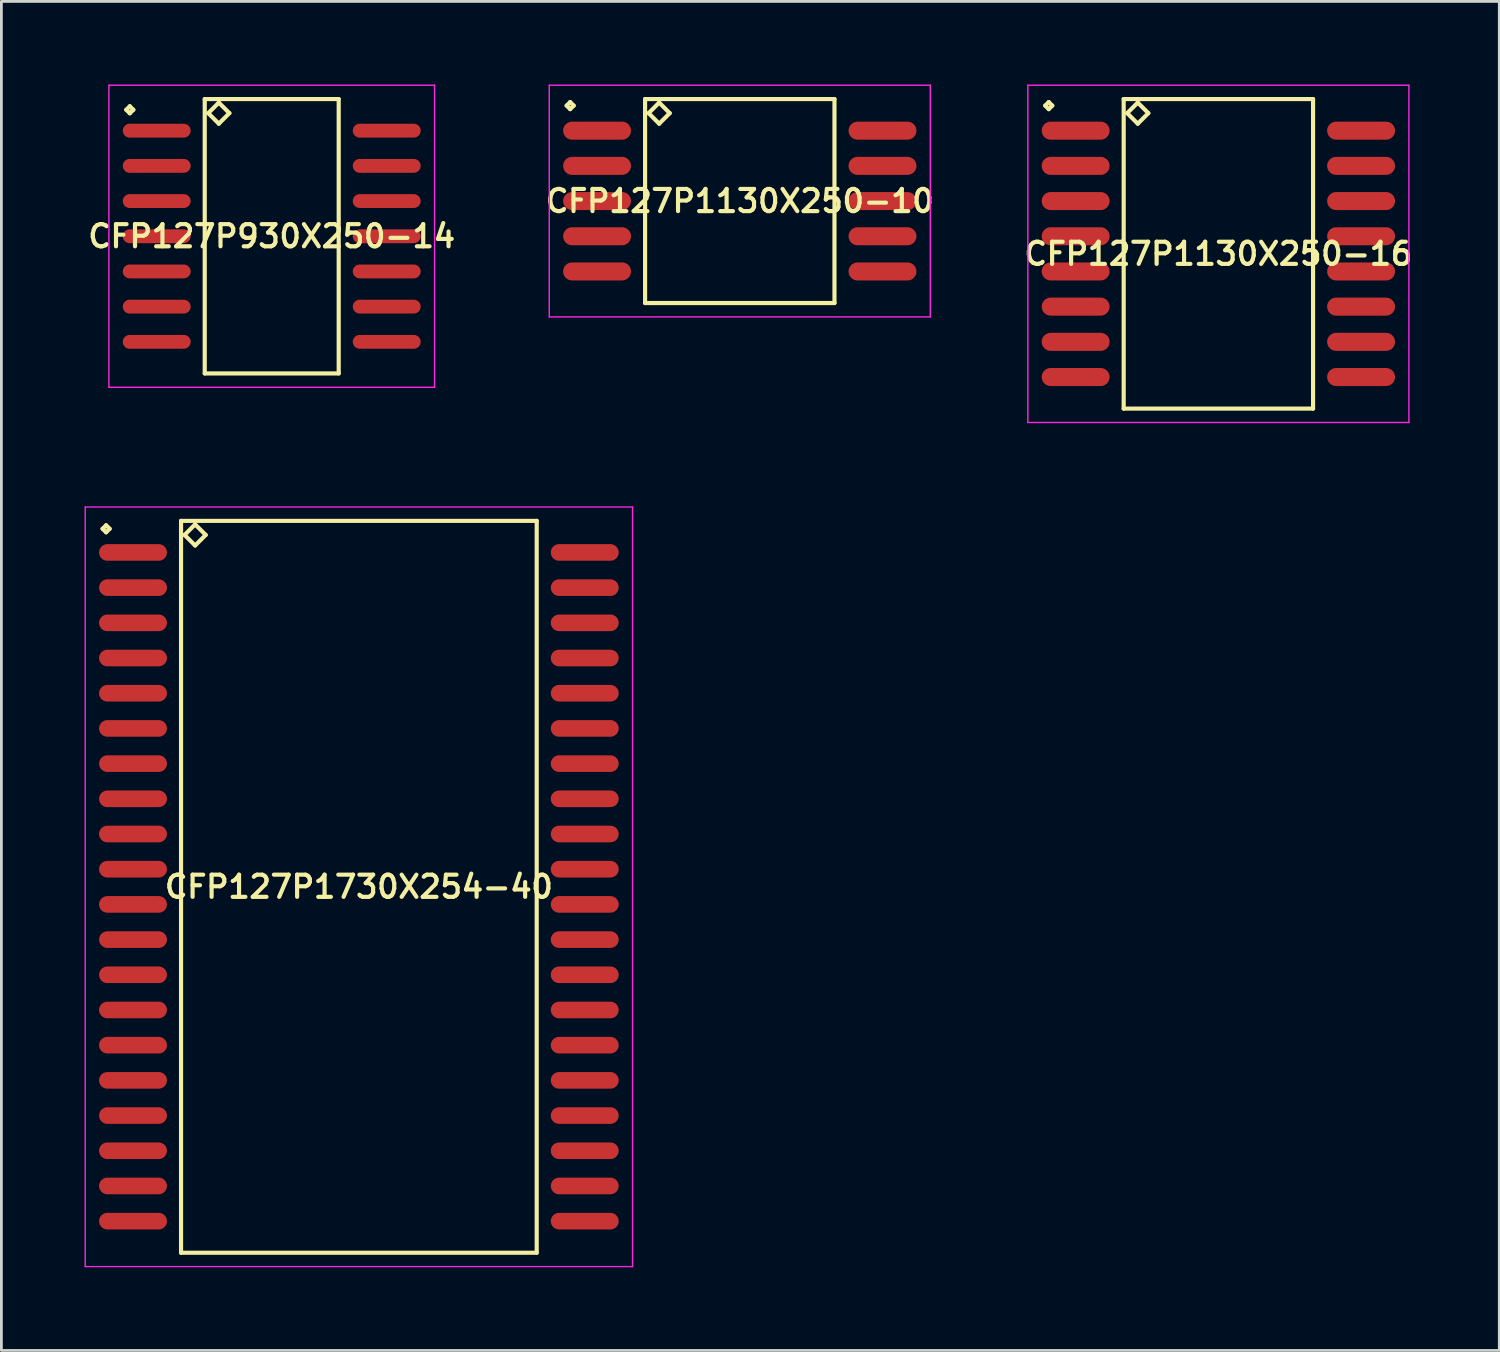
<source format=kicad_pcb>
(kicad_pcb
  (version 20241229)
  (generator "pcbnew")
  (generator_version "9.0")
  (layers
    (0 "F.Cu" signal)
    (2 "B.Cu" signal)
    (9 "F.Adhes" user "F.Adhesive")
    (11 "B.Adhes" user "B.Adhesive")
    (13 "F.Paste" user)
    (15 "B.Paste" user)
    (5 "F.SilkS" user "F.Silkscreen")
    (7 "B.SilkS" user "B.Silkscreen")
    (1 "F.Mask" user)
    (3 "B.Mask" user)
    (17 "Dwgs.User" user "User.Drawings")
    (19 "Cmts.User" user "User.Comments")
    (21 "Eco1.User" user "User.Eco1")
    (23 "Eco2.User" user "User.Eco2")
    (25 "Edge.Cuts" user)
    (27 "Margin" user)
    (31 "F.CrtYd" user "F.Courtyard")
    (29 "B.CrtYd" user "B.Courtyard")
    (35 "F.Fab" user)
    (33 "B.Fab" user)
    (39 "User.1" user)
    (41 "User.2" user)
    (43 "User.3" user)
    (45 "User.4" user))
  (footprint "CFP127P930X250-14"
    (layer "F.Cu")
    (at 6.755 5.475)
    (property "Reference" "CFP127P930X250-14" (at 0 0 0) (layer "F.SilkS") (effects (font (size 0.8 0.8) (thickness 0.15))))
    (attr smd)
    (fp_line (start -5.248 -4.564) (end -5.121 -4.691) (stroke (width 0.15) (type solid)) (layer "F.SilkS"))
    (fp_line (start -5.121 -4.691) (end -4.994 -4.564) (stroke (width 0.15) (type solid)) (layer "F.SilkS"))
    (fp_line (start -5.121 -4.437) (end -5.248 -4.564) (stroke (width 0.15) (type solid)) (layer "F.SilkS"))
    (fp_line (start -4.994 -4.564) (end -5.121 -4.437) (stroke (width 0.15) (type solid)) (layer "F.SilkS"))
    (fp_line (start -2.417 -4.95) (end -2.417 4.95) (stroke (width 0.15) (type solid)) (layer "F.SilkS"))
    (fp_line (start -2.417 4.95) (end 2.417 4.95) (stroke (width 0.15) (type solid)) (layer "F.SilkS"))
    (fp_line (start -2.29 -4.442) (end -1.909 -4.823) (stroke (width 0.15) (type solid)) (layer "F.SilkS"))
    (fp_line (start -1.909 -4.823) (end -1.528 -4.442) (stroke (width 0.15) (type solid)) (layer "F.SilkS"))
    (fp_line (start -1.909 -4.061) (end -2.29 -4.442) (stroke (width 0.15) (type solid)) (layer "F.SilkS"))
    (fp_line (start -1.528 -4.442) (end -1.909 -4.061) (stroke (width 0.15) (type solid)) (layer "F.SilkS"))
    (fp_line (start 2.417 -4.95) (end -2.417 -4.95) (stroke (width 0.15) (type solid)) (layer "F.SilkS"))
    (fp_line (start 2.417 4.95) (end 2.417 -4.95) (stroke (width 0.15) (type solid)) (layer "F.SilkS"))
    (fp_line (start -5.875 -5.45) (end 5.875 -5.45) (stroke (width 0.05) (type solid)) (layer "F.CrtYd"))
    (fp_line (start -5.875 5.45) (end -5.875 -5.45) (stroke (width 0.05) (type solid)) (layer "F.CrtYd"))
    (fp_line (start 5.875 -5.45) (end 5.875 5.45) (stroke (width 0.05) (type solid)) (layer "F.CrtYd"))
    (fp_line (start 5.875 5.45) (end -5.875 5.45) (stroke (width 0.05) (type solid)) (layer "F.CrtYd"))
    (pad "1" smd oval (at -4.15 -3.81) (size 2.45 0.5) (layers "F.Cu" "F.Mask" "F.Paste"))
    (pad "2" smd oval (at -4.15 -2.54) (size 2.45 0.5) (layers "F.Cu" "F.Mask" "F.Paste"))
    (pad "3" smd oval (at -4.15 -1.27) (size 2.45 0.5) (layers "F.Cu" "F.Mask" "F.Paste"))
    (pad "4" smd oval (at -4.15 0) (size 2.45 0.5) (layers "F.Cu" "F.Mask" "F.Paste"))
    (pad "5" smd oval (at -4.15 1.27) (size 2.45 0.5) (layers "F.Cu" "F.Mask" "F.Paste"))
    (pad "6" smd oval (at -4.15 2.54) (size 2.45 0.5) (layers "F.Cu" "F.Mask" "F.Paste"))
    (pad "7" smd oval (at -4.15 3.81) (size 2.45 0.5) (layers "F.Cu" "F.Mask" "F.Paste"))
    (pad "8" smd oval (at 4.15 3.81) (size 2.45 0.5) (layers "F.Cu" "F.Mask" "F.Paste"))
    (pad "9" smd oval (at 4.15 2.54) (size 2.45 0.5) (layers "F.Cu" "F.Mask" "F.Paste"))
    (pad "10" smd oval (at 4.15 1.27) (size 2.45 0.5) (layers "F.Cu" "F.Mask" "F.Paste"))
    (pad "11" smd oval (at 4.15 0) (size 2.45 0.5) (layers "F.Cu" "F.Mask" "F.Paste"))
    (pad "12" smd oval (at 4.15 -1.27) (size 2.45 0.5) (layers "F.Cu" "F.Mask" "F.Paste"))
    (pad "13" smd oval (at 4.15 -2.54) (size 2.45 0.5) (layers "F.Cu" "F.Mask" "F.Paste"))
    (pad "14" smd oval (at 4.15 -3.81) (size 2.45 0.5) (layers "F.Cu" "F.Mask" "F.Paste")))
  (footprint "CFP127P1130X250-16"
    (layer "F.Cu")
    (at 40.915 6.11)
    (property "Reference" "CFP127P1130X250-16" (at 0 0 0) (layer "F.SilkS") (effects (font (size 0.8 0.8) (thickness 0.15))))
    (attr smd)
    (fp_line (start -6.248 -5.349) (end -6.121 -5.476) (stroke (width 0.15) (type solid)) (layer "F.SilkS"))
    (fp_line (start -6.121 -5.476) (end -5.994 -5.349) (stroke (width 0.15) (type solid)) (layer "F.SilkS"))
    (fp_line (start -6.121 -5.222) (end -6.248 -5.349) (stroke (width 0.15) (type solid)) (layer "F.SilkS"))
    (fp_line (start -5.994 -5.349) (end -6.121 -5.222) (stroke (width 0.15) (type solid)) (layer "F.SilkS"))
    (fp_line (start -3.417 -5.585) (end -3.417 5.585) (stroke (width 0.15) (type solid)) (layer "F.SilkS"))
    (fp_line (start -3.417 5.585) (end 3.417 5.585) (stroke (width 0.15) (type solid)) (layer "F.SilkS"))
    (fp_line (start -3.29 -5.077) (end -2.909 -5.458) (stroke (width 0.15) (type solid)) (layer "F.SilkS"))
    (fp_line (start -2.909 -5.458) (end -2.528 -5.077) (stroke (width 0.15) (type solid)) (layer "F.SilkS"))
    (fp_line (start -2.909 -4.696) (end -3.29 -5.077) (stroke (width 0.15) (type solid)) (layer "F.SilkS"))
    (fp_line (start -2.528 -5.077) (end -2.909 -4.696) (stroke (width 0.15) (type solid)) (layer "F.SilkS"))
    (fp_line (start 3.417 -5.585) (end -3.417 -5.585) (stroke (width 0.15) (type solid)) (layer "F.SilkS"))
    (fp_line (start 3.417 5.585) (end 3.417 -5.585) (stroke (width 0.15) (type solid)) (layer "F.SilkS"))
    (fp_line (start -6.875 -6.085) (end 6.875 -6.085) (stroke (width 0.05) (type solid)) (layer "F.CrtYd"))
    (fp_line (start -6.875 6.085) (end -6.875 -6.085) (stroke (width 0.05) (type solid)) (layer "F.CrtYd"))
    (fp_line (start 6.875 -6.085) (end 6.875 6.085) (stroke (width 0.05) (type solid)) (layer "F.CrtYd"))
    (fp_line (start 6.875 6.085) (end -6.875 6.085) (stroke (width 0.05) (type solid)) (layer "F.CrtYd"))
    (pad "1" smd oval (at -5.15 -4.445) (size 2.45 0.65) (layers "F.Cu" "F.Mask" "F.Paste"))
    (pad "2" smd oval (at -5.15 -3.175) (size 2.45 0.65) (layers "F.Cu" "F.Mask" "F.Paste"))
    (pad "3" smd oval (at -5.15 -1.905) (size 2.45 0.65) (layers "F.Cu" "F.Mask" "F.Paste"))
    (pad "4" smd oval (at -5.15 -0.635) (size 2.45 0.65) (layers "F.Cu" "F.Mask" "F.Paste"))
    (pad "5" smd oval (at -5.15 0.635) (size 2.45 0.65) (layers "F.Cu" "F.Mask" "F.Paste"))
    (pad "6" smd oval (at -5.15 1.905) (size 2.45 0.65) (layers "F.Cu" "F.Mask" "F.Paste"))
    (pad "7" smd oval (at -5.15 3.175) (size 2.45 0.65) (layers "F.Cu" "F.Mask" "F.Paste"))
    (pad "8" smd oval (at -5.15 4.445) (size 2.45 0.65) (layers "F.Cu" "F.Mask" "F.Paste"))
    (pad "9" smd oval (at 5.15 4.445) (size 2.45 0.65) (layers "F.Cu" "F.Mask" "F.Paste"))
    (pad "10" smd oval (at 5.15 3.175) (size 2.45 0.65) (layers "F.Cu" "F.Mask" "F.Paste"))
    (pad "11" smd oval (at 5.15 1.905) (size 2.45 0.65) (layers "F.Cu" "F.Mask" "F.Paste"))
    (pad "12" smd oval (at 5.15 0.635) (size 2.45 0.65) (layers "F.Cu" "F.Mask" "F.Paste"))
    (pad "13" smd oval (at 5.15 -0.635) (size 2.45 0.65) (layers "F.Cu" "F.Mask" "F.Paste"))
    (pad "14" smd oval (at 5.15 -1.905) (size 2.45 0.65) (layers "F.Cu" "F.Mask" "F.Paste"))
    (pad "15" smd oval (at 5.15 -3.175) (size 2.45 0.65) (layers "F.Cu" "F.Mask" "F.Paste"))
    (pad "16" smd oval (at 5.15 -4.445) (size 2.45 0.65) (layers "F.Cu" "F.Mask" "F.Paste")))
  (footprint "CFP127P1730X254-40"
    (layer "F.Cu")
    (at 9.9 28.95)
    (property "Reference" "CFP127P1730X254-40" (at 0 0 0) (layer "F.SilkS") (effects (font (size 0.8 0.8) (thickness 0.15))))
    (attr smd)
    (fp_line (start -9.248 -12.919) (end -9.121 -13.046) (stroke (width 0.15) (type solid)) (layer "F.SilkS"))
    (fp_line (start -9.121 -13.046) (end -8.994 -12.919) (stroke (width 0.15) (type solid)) (layer "F.SilkS"))
    (fp_line (start -9.121 -12.792) (end -9.248 -12.919) (stroke (width 0.15) (type solid)) (layer "F.SilkS"))
    (fp_line (start -8.994 -12.919) (end -9.121 -12.792) (stroke (width 0.15) (type solid)) (layer "F.SilkS"))
    (fp_line (start -6.417 -13.205) (end -6.417 13.205) (stroke (width 0.15) (type solid)) (layer "F.SilkS"))
    (fp_line (start -6.417 13.205) (end 6.417 13.205) (stroke (width 0.15) (type solid)) (layer "F.SilkS"))
    (fp_line (start -6.29 -12.697) (end -5.909 -13.078) (stroke (width 0.15) (type solid)) (layer "F.SilkS"))
    (fp_line (start -5.909 -13.078) (end -5.528 -12.697) (stroke (width 0.15) (type solid)) (layer "F.SilkS"))
    (fp_line (start -5.909 -12.316) (end -6.29 -12.697) (stroke (width 0.15) (type solid)) (layer "F.SilkS"))
    (fp_line (start -5.528 -12.697) (end -5.909 -12.316) (stroke (width 0.15) (type solid)) (layer "F.SilkS"))
    (fp_line (start 6.417 -13.205) (end -6.417 -13.205) (stroke (width 0.15) (type solid)) (layer "F.SilkS"))
    (fp_line (start 6.417 13.205) (end 6.417 -13.205) (stroke (width 0.15) (type solid)) (layer "F.SilkS"))
    (fp_line (start -9.875 -13.705) (end 9.875 -13.705) (stroke (width 0.05) (type solid)) (layer "F.CrtYd"))
    (fp_line (start -9.875 13.705) (end -9.875 -13.705) (stroke (width 0.05) (type solid)) (layer "F.CrtYd"))
    (fp_line (start 9.875 -13.705) (end 9.875 13.705) (stroke (width 0.05) (type solid)) (layer "F.CrtYd"))
    (fp_line (start 9.875 13.705) (end -9.875 13.705) (stroke (width 0.05) (type solid)) (layer "F.CrtYd"))
    (pad "1" smd oval (at -8.15 -12.065) (size 2.45 0.6) (layers "F.Cu" "F.Mask" "F.Paste"))
    (pad "2" smd oval (at -8.15 -10.795) (size 2.45 0.6) (layers "F.Cu" "F.Mask" "F.Paste"))
    (pad "3" smd oval (at -8.15 -9.525) (size 2.45 0.6) (layers "F.Cu" "F.Mask" "F.Paste"))
    (pad "4" smd oval (at -8.15 -8.255) (size 2.45 0.6) (layers "F.Cu" "F.Mask" "F.Paste"))
    (pad "5" smd oval (at -8.15 -6.985) (size 2.45 0.6) (layers "F.Cu" "F.Mask" "F.Paste"))
    (pad "6" smd oval (at -8.15 -5.715) (size 2.45 0.6) (layers "F.Cu" "F.Mask" "F.Paste"))
    (pad "7" smd oval (at -8.15 -4.445) (size 2.45 0.6) (layers "F.Cu" "F.Mask" "F.Paste"))
    (pad "8" smd oval (at -8.15 -3.175) (size 2.45 0.6) (layers "F.Cu" "F.Mask" "F.Paste"))
    (pad "9" smd oval (at -8.15 -1.905) (size 2.45 0.6) (layers "F.Cu" "F.Mask" "F.Paste"))
    (pad "10" smd oval (at -8.15 -0.635) (size 2.45 0.6) (layers "F.Cu" "F.Mask" "F.Paste"))
    (pad "11" smd oval (at -8.15 0.635) (size 2.45 0.6) (layers "F.Cu" "F.Mask" "F.Paste"))
    (pad "12" smd oval (at -8.15 1.905) (size 2.45 0.6) (layers "F.Cu" "F.Mask" "F.Paste"))
    (pad "13" smd oval (at -8.15 3.175) (size 2.45 0.6) (layers "F.Cu" "F.Mask" "F.Paste"))
    (pad "14" smd oval (at -8.15 4.445) (size 2.45 0.6) (layers "F.Cu" "F.Mask" "F.Paste"))
    (pad "15" smd oval (at -8.15 5.715) (size 2.45 0.6) (layers "F.Cu" "F.Mask" "F.Paste"))
    (pad "16" smd oval (at -8.15 6.985) (size 2.45 0.6) (layers "F.Cu" "F.Mask" "F.Paste"))
    (pad "17" smd oval (at -8.15 8.255) (size 2.45 0.6) (layers "F.Cu" "F.Mask" "F.Paste"))
    (pad "18" smd oval (at -8.15 9.525) (size 2.45 0.6) (layers "F.Cu" "F.Mask" "F.Paste"))
    (pad "19" smd oval (at -8.15 10.795) (size 2.45 0.6) (layers "F.Cu" "F.Mask" "F.Paste"))
    (pad "20" smd oval (at -8.15 12.065) (size 2.45 0.6) (layers "F.Cu" "F.Mask" "F.Paste"))
    (pad "21" smd oval (at 8.15 12.065) (size 2.45 0.6) (layers "F.Cu" "F.Mask" "F.Paste"))
    (pad "22" smd oval (at 8.15 10.795) (size 2.45 0.6) (layers "F.Cu" "F.Mask" "F.Paste"))
    (pad "23" smd oval (at 8.15 9.525) (size 2.45 0.6) (layers "F.Cu" "F.Mask" "F.Paste"))
    (pad "24" smd oval (at 8.15 8.255) (size 2.45 0.6) (layers "F.Cu" "F.Mask" "F.Paste"))
    (pad "25" smd oval (at 8.15 6.985) (size 2.45 0.6) (layers "F.Cu" "F.Mask" "F.Paste"))
    (pad "26" smd oval (at 8.15 5.715) (size 2.45 0.6) (layers "F.Cu" "F.Mask" "F.Paste"))
    (pad "27" smd oval (at 8.15 4.445) (size 2.45 0.6) (layers "F.Cu" "F.Mask" "F.Paste"))
    (pad "28" smd oval (at 8.15 3.175) (size 2.45 0.6) (layers "F.Cu" "F.Mask" "F.Paste"))
    (pad "29" smd oval (at 8.15 1.905) (size 2.45 0.6) (layers "F.Cu" "F.Mask" "F.Paste"))
    (pad "30" smd oval (at 8.15 0.635) (size 2.45 0.6) (layers "F.Cu" "F.Mask" "F.Paste"))
    (pad "31" smd oval (at 8.15 -0.635) (size 2.45 0.6) (layers "F.Cu" "F.Mask" "F.Paste"))
    (pad "32" smd oval (at 8.15 -1.905) (size 2.45 0.6) (layers "F.Cu" "F.Mask" "F.Paste"))
    (pad "33" smd oval (at 8.15 -3.175) (size 2.45 0.6) (layers "F.Cu" "F.Mask" "F.Paste"))
    (pad "34" smd oval (at 8.15 -4.445) (size 2.45 0.6) (layers "F.Cu" "F.Mask" "F.Paste"))
    (pad "35" smd oval (at 8.15 -5.715) (size 2.45 0.6) (layers "F.Cu" "F.Mask" "F.Paste"))
    (pad "36" smd oval (at 8.15 -6.985) (size 2.45 0.6) (layers "F.Cu" "F.Mask" "F.Paste"))
    (pad "37" smd oval (at 8.15 -8.255) (size 2.45 0.6) (layers "F.Cu" "F.Mask" "F.Paste"))
    (pad "38" smd oval (at 8.15 -9.525) (size 2.45 0.6) (layers "F.Cu" "F.Mask" "F.Paste"))
    (pad "39" smd oval (at 8.15 -10.795) (size 2.45 0.6) (layers "F.Cu" "F.Mask" "F.Paste"))
    (pad "40" smd oval (at 8.15 -12.065) (size 2.45 0.6) (layers "F.Cu" "F.Mask" "F.Paste")))
  (footprint "CFP127P1130X250-10"
    (layer "F.Cu")
    (at 23.645 4.205)
    (property "Reference" "CFP127P1130X250-10" (at 0 0 0) (layer "F.SilkS") (effects (font (size 0.8 0.8) (thickness 0.15))))
    (attr smd)
    (fp_line (start -6.248 -3.444) (end -6.121 -3.571) (stroke (width 0.15) (type solid)) (layer "F.SilkS"))
    (fp_line (start -6.121 -3.571) (end -5.994 -3.444) (stroke (width 0.15) (type solid)) (layer "F.SilkS"))
    (fp_line (start -6.121 -3.317) (end -6.248 -3.444) (stroke (width 0.15) (type solid)) (layer "F.SilkS"))
    (fp_line (start -5.994 -3.444) (end -6.121 -3.317) (stroke (width 0.15) (type solid)) (layer "F.SilkS"))
    (fp_line (start -3.417 -3.68) (end -3.417 3.68) (stroke (width 0.15) (type solid)) (layer "F.SilkS"))
    (fp_line (start -3.417 3.68) (end 3.417 3.68) (stroke (width 0.15) (type solid)) (layer "F.SilkS"))
    (fp_line (start -3.29 -3.172) (end -2.909 -3.553) (stroke (width 0.15) (type solid)) (layer "F.SilkS"))
    (fp_line (start -2.909 -3.553) (end -2.528 -3.172) (stroke (width 0.15) (type solid)) (layer "F.SilkS"))
    (fp_line (start -2.909 -2.791) (end -3.29 -3.172) (stroke (width 0.15) (type solid)) (layer "F.SilkS"))
    (fp_line (start -2.528 -3.172) (end -2.909 -2.791) (stroke (width 0.15) (type solid)) (layer "F.SilkS"))
    (fp_line (start 3.417 -3.68) (end -3.417 -3.68) (stroke (width 0.15) (type solid)) (layer "F.SilkS"))
    (fp_line (start 3.417 3.68) (end 3.417 -3.68) (stroke (width 0.15) (type solid)) (layer "F.SilkS"))
    (fp_line (start -6.875 -4.18) (end 6.875 -4.18) (stroke (width 0.05) (type solid)) (layer "F.CrtYd"))
    (fp_line (start -6.875 4.18) (end -6.875 -4.18) (stroke (width 0.05) (type solid)) (layer "F.CrtYd"))
    (fp_line (start 6.875 -4.18) (end 6.875 4.18) (stroke (width 0.05) (type solid)) (layer "F.CrtYd"))
    (fp_line (start 6.875 4.18) (end -6.875 4.18) (stroke (width 0.05) (type solid)) (layer "F.CrtYd"))
    (pad "1" smd oval (at -5.15 -2.54) (size 2.45 0.65) (layers "F.Cu" "F.Mask" "F.Paste"))
    (pad "2" smd oval (at -5.15 -1.27) (size 2.45 0.65) (layers "F.Cu" "F.Mask" "F.Paste"))
    (pad "3" smd oval (at -5.15 0) (size 2.45 0.65) (layers "F.Cu" "F.Mask" "F.Paste"))
    (pad "4" smd oval (at -5.15 1.27) (size 2.45 0.65) (layers "F.Cu" "F.Mask" "F.Paste"))
    (pad "5" smd oval (at -5.15 2.54) (size 2.45 0.65) (layers "F.Cu" "F.Mask" "F.Paste"))
    (pad "6" smd oval (at 5.15 2.54) (size 2.45 0.65) (layers "F.Cu" "F.Mask" "F.Paste"))
    (pad "7" smd oval (at 5.15 1.27) (size 2.45 0.65) (layers "F.Cu" "F.Mask" "F.Paste"))
    (pad "8" smd oval (at 5.15 0) (size 2.45 0.65) (layers "F.Cu" "F.Mask" "F.Paste"))
    (pad "9" smd oval (at 5.15 -1.27) (size 2.45 0.65) (layers "F.Cu" "F.Mask" "F.Paste"))
    (pad "10" smd oval (at 5.15 -2.54) (size 2.45 0.65) (layers "F.Cu" "F.Mask" "F.Paste")))
  (gr_rect
    (start -3 -3)
    (end 51.051 45.68)
    (stroke (width 0.1) (type default))
    (fill no)
    (layer "Edge.Cuts")))
</source>
